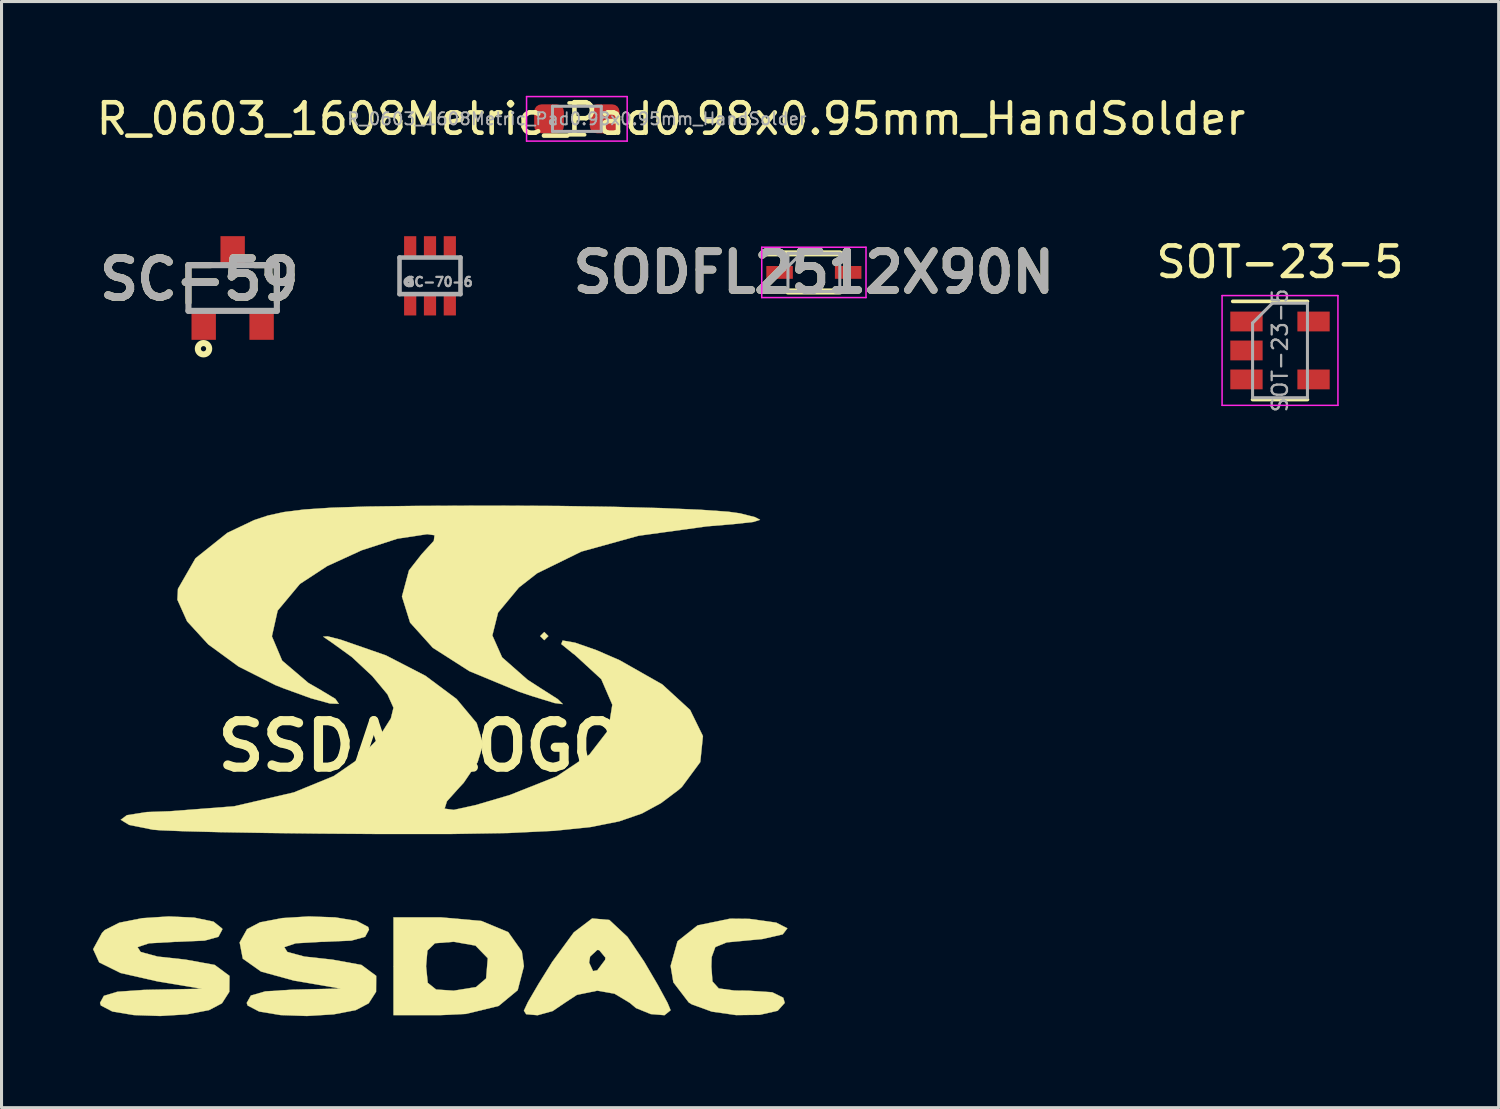
<source format=kicad_pcb>
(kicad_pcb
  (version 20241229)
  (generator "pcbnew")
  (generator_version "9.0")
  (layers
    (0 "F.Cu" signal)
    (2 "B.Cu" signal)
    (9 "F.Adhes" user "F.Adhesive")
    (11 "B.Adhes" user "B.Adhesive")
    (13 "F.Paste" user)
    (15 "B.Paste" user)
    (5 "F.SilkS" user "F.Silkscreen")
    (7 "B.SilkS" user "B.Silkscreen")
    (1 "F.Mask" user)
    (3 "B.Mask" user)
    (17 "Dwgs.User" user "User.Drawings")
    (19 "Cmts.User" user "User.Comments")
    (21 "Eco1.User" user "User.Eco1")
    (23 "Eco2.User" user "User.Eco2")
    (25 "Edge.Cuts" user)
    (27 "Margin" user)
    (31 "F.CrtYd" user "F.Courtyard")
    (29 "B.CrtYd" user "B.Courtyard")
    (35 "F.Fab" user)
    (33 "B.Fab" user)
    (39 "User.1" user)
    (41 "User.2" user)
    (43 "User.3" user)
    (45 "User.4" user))
  (footprint "SC-59"
    (layer "F.Cu")
    (at 4.581 6.396)
    (property "Reference" "SC-59" (at -1.092 -0.283 0) (layer "F.SilkS") (effects (font (size 1.27 1.27) (thickness 0.254))))
    (attr smd)
    (fp_line (start -1.45 -0.75) (end -1.45 0.479) (stroke (width 0.2) (type solid)) (layer "F.SilkS"))
    (fp_line (start -1.45 -0.75) (end -0.719 -0.75) (stroke (width 0.2) (type solid)) (layer "F.SilkS"))
    (fp_line (start 1.45 -0.75) (end 0.719 -0.75) (stroke (width 0.2) (type solid)) (layer "F.SilkS"))
    (fp_line (start 1.45 -0.75) (end 1.45 0.479) (stroke (width 0.2) (type solid)) (layer "F.SilkS"))
    (fp_circle (center -0.956 1.992) (end -0.956 2.078) (stroke (width 0.2) (type solid)) (fill no) (layer "F.SilkS"))
    (fp_line (start -1.45 -0.75) (end 1.45 -0.75) (stroke (width 0.2) (type solid)) (layer "F.Fab"))
    (fp_line (start -1.45 0.75) (end -1.45 -0.75) (stroke (width 0.2) (type solid)) (layer "F.Fab"))
    (fp_line (start 1.45 -0.75) (end 1.45 0.75) (stroke (width 0.2) (type solid)) (layer "F.Fab"))
    (fp_line (start 1.45 0.75) (end -1.45 0.75) (stroke (width 0.2) (type solid)) (layer "F.Fab"))
    (fp_text user "${REFERENCE}" (at -1.092 -0.283 0) (layer "F.Fab") (effects (font (size 1.27 1.27) (thickness 0.254))))
    (pad "1" smd rect (at -0.95 1.2) (size 0.8 1) (layers "F.Cu" "F.Mask" "F.Paste"))
    (pad "2" smd rect (at 0.95 1.2) (size 0.8 1) (layers "F.Cu" "F.Mask" "F.Paste"))
    (pad "3" smd rect (at 0 -1.2) (size 0.8 1) (layers "F.Cu" "F.Mask" "F.Paste")))
  (footprint "R_0603_1608Metric_Pad0.98x0.95mm_HandSolder"
    (layer "F.Cu")
    (at 15.871 0.848)
    (property "Reference" "R_0603_1608Metric_Pad0.98x0.95mm_HandSolder" (at 3.087 0 0) (layer "F.SilkS") (effects (font (size 1 1) (thickness 0.15))))
    (attr smd)
    (fp_line (start -0.255 -0.522) (end 0.255 -0.522) (stroke (width 0.12) (type solid)) (layer "F.SilkS"))
    (fp_line (start -0.255 0.522) (end 0.255 0.522) (stroke (width 0.12) (type solid)) (layer "F.SilkS"))
    (fp_line (start -1.65 -0.73) (end 1.65 -0.73) (stroke (width 0.05) (type solid)) (layer "F.CrtYd"))
    (fp_line (start -1.65 0.73) (end -1.65 -0.73) (stroke (width 0.05) (type solid)) (layer "F.CrtYd"))
    (fp_line (start 1.65 -0.73) (end 1.65 0.73) (stroke (width 0.05) (type solid)) (layer "F.CrtYd"))
    (fp_line (start 1.65 0.73) (end -1.65 0.73) (stroke (width 0.05) (type solid)) (layer "F.CrtYd"))
    (fp_line (start -0.8 -0.412) (end 0.8 -0.412) (stroke (width 0.1) (type solid)) (layer "F.Fab"))
    (fp_line (start -0.8 0.412) (end -0.8 -0.412) (stroke (width 0.1) (type solid)) (layer "F.Fab"))
    (fp_line (start 0.8 -0.412) (end 0.8 0.412) (stroke (width 0.1) (type solid)) (layer "F.Fab"))
    (fp_line (start 0.8 0.412) (end -0.8 0.412) (stroke (width 0.1) (type solid)) (layer "F.Fab"))
    (fp_text user "${REFERENCE}" (at 0 0 0) (layer "F.Fab") (effects (font (size 0.4 0.4) (thickness 0.06))))
    (pad "1" smd roundrect (at -0.912 0) (size 0.975 0.95) (layers "F.Cu" "F.Mask" "F.Paste") (roundrect_rratio 0.25))
    (pad "2" smd roundrect (at 0.912 0) (size 0.975 0.95) (layers "F.Cu" "F.Mask" "F.Paste") (roundrect_rratio 0.25)))
  (footprint "SSDACLOGO2"
    (layer "F.Cu")
    (at 11.46 21.423)
    (property "Reference" "SSDACLOGO2" (at 0 0 0) (layer "F.SilkS") (effects (font (size 1.524 1.524) (thickness 0.3))))
    (attr through_hole)
    (fp_poly (pts (xy 3.476 -3.609) (xy 3.342 -3.476) (xy 3.208 -3.609) (xy 3.342 -3.743) (xy 3.476 -3.609)) (stroke (width 0.01) (type solid)) (fill yes) (layer "F.SilkS"))
    (fp_poly (pts (xy 1.279 5.734) (xy 2.16 6.101) (xy 2.606 6.73) (xy 2.674 7.219) (xy 2.47 8.005) (xy 1.845 8.522) (xy 0.774 8.783) (xy -0.059 8.823) (xy -1.604 8.823) (xy -1.604 7.219) (xy -0.535 7.219) (xy -0.48 7.764) (xy -0.206 7.983) (xy 0.372 8.021) (xy 1.103 7.903) (xy 1.434 7.62) (xy 1.489 6.958) (xy 1.087 6.543) (xy 0.372 6.417) (xy -0.244 6.465) (xy -0.491 6.707) (xy -0.535 7.219) (xy -1.604 7.219) (xy -1.604 5.615) (xy -0.059 5.615) (xy 1.279 5.734)) (stroke (width 0.01) (type solid)) (fill yes) (layer "F.SilkS"))
    (fp_poly (pts (xy 10.07 5.666) (xy 10.95 5.789) (xy 11.315 5.976) (xy 11.163 6.174) (xy 10.492 6.328) (xy 10.093 6.365) (xy 9.327 6.437) (xy 8.953 6.589) (xy 8.833 6.918) (xy 8.823 7.234) (xy 8.859 7.718) (xy 9.064 7.947) (xy 9.584 8.017) (xy 10.026 8.021) (xy 10.819 8.074) (xy 11.181 8.252) (xy 11.229 8.422) (xy 10.997 8.68) (xy 10.411 8.813) (xy 9.636 8.822) (xy 8.838 8.708) (xy 8.184 8.471) (xy 8.081 8.407) (xy 7.576 7.747) (xy 7.486 7.21) (xy 7.713 6.401) (xy 8.372 5.879) (xy 9.436 5.659) (xy 10.07 5.666)) (stroke (width 0.01) (type solid)) (fill yes) (layer "F.SilkS"))
    (fp_poly (pts (xy 5.477 5.702) (xy 6.073 6.258) (xy 6.617 7.066) (xy 7.07 7.839) (xy 7.385 8.42) (xy 7.486 8.663) (xy 7.285 8.825) (xy 6.831 8.788) (xy 6.35 8.591) (xy 6.149 8.422) (xy 5.646 8.12) (xy 5.08 8.021) (xy 4.411 8.159) (xy 4.011 8.422) (xy 3.62 8.688) (xy 3.124 8.826) (xy 2.748 8.793) (xy 2.674 8.677) (xy 2.807 8.393) (xy 3.156 7.795) (xy 3.588 7.101) (xy 4.813 7.101) (xy 4.942 7.378) (xy 5.08 7.353) (xy 5.337 7.011) (xy 5.347 6.936) (xy 5.143 6.691) (xy 5.08 6.684) (xy 4.845 6.902) (xy 4.813 7.101) (xy 3.588 7.101) (xy 3.606 7.072) (xy 4.311 6.109) (xy 4.912 5.652) (xy 5.477 5.702)) (stroke (width 0.01) (type solid)) (fill yes) (layer "F.SilkS"))
    (fp_poly (pts (xy -3.515 5.617) (xy -2.814 5.732) (xy -2.435 5.931) (xy -2.406 6.016) (xy -2.535 6.254) (xy -2.987 6.379) (xy -3.863 6.417) (xy -3.93 6.417) (xy -4.808 6.467) (xy -5.185 6.592) (xy -5.085 6.751) (xy -4.527 6.902) (xy -3.612 7.002) (xy -2.656 7.176) (xy -2.171 7.535) (xy -2.175 8.057) (xy -2.417 8.435) (xy -2.842 8.659) (xy -3.569 8.798) (xy -4.443 8.851) (xy -5.309 8.821) (xy -6.009 8.705) (xy -6.388 8.507) (xy -6.417 8.422) (xy -6.281 8.18) (xy -5.808 8.044) (xy -4.902 7.987) (xy -4.879 7.987) (xy -3.342 7.952) (xy -4.871 7.69) (xy -5.948 7.394) (xy -6.547 6.97) (xy -6.649 6.438) (xy -6.406 6.003) (xy -5.981 5.779) (xy -5.254 5.64) (xy -4.38 5.586) (xy -3.515 5.617)) (stroke (width 0.01) (type solid)) (fill yes) (layer "F.SilkS"))
    (fp_poly (pts (xy -8.143 5.624) (xy -7.506 5.757) (xy -7.222 5.985) (xy -7.219 6.016) (xy -7.347 6.254) (xy -7.799 6.379) (xy -8.676 6.417) (xy -8.743 6.417) (xy -9.621 6.467) (xy -9.998 6.592) (xy -9.897 6.751) (xy -9.34 6.902) (xy -8.425 7.002) (xy -7.468 7.176) (xy -6.983 7.535) (xy -6.988 8.057) (xy -7.23 8.435) (xy -7.655 8.659) (xy -8.382 8.798) (xy -9.256 8.851) (xy -10.121 8.821) (xy -10.821 8.705) (xy -11.201 8.507) (xy -11.229 8.422) (xy -11.103 8.19) (xy -10.659 8.056) (xy -9.801 7.996) (xy -9.558 7.99) (xy -7.887 7.959) (xy -9.336 7.718) (xy -10.555 7.441) (xy -11.257 7.093) (xy -11.455 6.66) (xy -11.165 6.128) (xy -11.077 6.035) (xy -10.599 5.792) (xy -9.846 5.643) (xy -8.975 5.586) (xy -8.143 5.624)) (stroke (width 0.01) (type solid)) (fill yes) (layer "F.SilkS"))
    (fp_poly (pts (xy -3.342 -3.494) (xy -1.853 -2.977) (xy -0.555 -2.307) (xy 0.466 -1.546) (xy 1.124 -0.758) (xy 1.337 -0.061) (xy 1.154 0.531) (xy 0.699 1.202) (xy 0.555 1.357) (xy 0.149 1.809) (xy 0.073 2.051) (xy 0.372 2.091) (xy 1.089 1.934) (xy 2.219 1.601) (xy 3.746 0.994) (xy 4.825 0.274) (xy 5.439 -0.522) (xy 5.574 -1.358) (xy 5.212 -2.196) (xy 4.336 -3.001) (xy 4.285 -3.036) (xy 3.9 -3.348) (xy 3.944 -3.464) (xy 4.353 -3.393) (xy 5.061 -3.145) (xy 5.815 -2.817) (xy 7.212 -2.025) (xy 8.126 -1.187) (xy 8.546 -0.33) (xy 8.459 0.522) (xy 7.855 1.34) (xy 7.741 1.44) (xy 7.169 1.87) (xy 6.545 2.209) (xy 5.8 2.467) (xy 4.866 2.653) (xy 3.675 2.777) (xy 2.158 2.85) (xy 0.245 2.882) (xy -2.131 2.882) (xy -2.208 2.881) (xy -4.063 2.868) (xy -5.778 2.847) (xy -7.268 2.822) (xy -8.449 2.792) (xy -9.235 2.761) (xy -9.492 2.741) (xy -10.273 2.584) (xy -10.55 2.415) (xy -10.348 2.265) (xy -9.694 2.162) (xy -8.943 2.136) (xy -6.83 1.973) (xy -4.872 1.518) (xy -3.566 0.983) (xy -2.791 0.45) (xy -2.119 -0.233) (xy -1.689 -0.911) (xy -1.604 -1.26) (xy -1.801 -1.699) (xy -2.302 -2.301) (xy -2.972 -2.925) (xy -3.62 -3.393) (xy -3.908 -3.59) (xy -3.764 -3.601) (xy -3.342 -3.494)) (stroke (width 0.01) (type solid)) (fill yes) (layer "F.SilkS"))
    (fp_poly (pts (xy 3.791 -7.878) (xy 5.587 -7.85) (xy 7.174 -7.808) (xy 8.466 -7.753) (xy 9.375 -7.689) (xy 9.759 -7.636) (xy 10.256 -7.51) (xy 10.42 -7.423) (xy 10.199 -7.353) (xy 9.539 -7.281) (xy 8.67 -7.208) (xy 6.431 -6.9) (xy 4.558 -6.381) (xy 3.108 -5.67) (xy 2.51 -5.203) (xy 1.826 -4.379) (xy 1.639 -3.631) (xy 1.959 -2.912) (xy 2.794 -2.177) (xy 3.213 -1.906) (xy 3.786 -1.541) (xy 3.949 -1.379) (xy 3.677 -1.414) (xy 2.941 -1.641) (xy 2.521 -1.782) (xy 0.886 -2.459) (xy -0.314 -3.226) (xy -1.059 -4.052) (xy -1.326 -4.908) (xy -1.096 -5.764) (xy -0.681 -6.295) (xy -0.281 -6.733) (xy -0.258 -6.918) (xy -0.498 -6.952) (xy -1.472 -6.805) (xy -2.642 -6.426) (xy -3.78 -5.905) (xy -4.655 -5.332) (xy -4.683 -5.308) (xy -5.403 -4.445) (xy -5.592 -3.602) (xy -5.255 -2.804) (xy -4.395 -2.072) (xy -4.069 -1.886) (xy -3.509 -1.55) (xy -3.399 -1.389) (xy -3.686 -1.398) (xy -4.317 -1.572) (xy -5.239 -1.907) (xy -5.481 -2.004) (xy -6.686 -2.612) (xy -7.677 -3.335) (xy -8.373 -4.093) (xy -8.692 -4.803) (xy -8.673 -5.159) (xy -8.097 -6.162) (xy -7.054 -6.995) (xy -6.176 -7.413) (xy -5.728 -7.562) (xy -5.203 -7.677) (xy -4.53 -7.762) (xy -3.636 -7.821) (xy -2.449 -7.859) (xy -0.897 -7.879) (xy 1.094 -7.887) (xy 1.872 -7.887) (xy 3.791 -7.878)) (stroke (width 0.01) (type solid)) (fill yes) (layer "F.SilkS")))
  (footprint "SC-70-6"
    (layer "F.Cu")
    (at 11.054 5.997)
    (property "Reference" "SC-70-6" (at 0.3 0.2 0) (layer "F.Fab") (effects (font (size 0.3 0.3) (thickness 0.075))))
    (attr through_hole)
    (fp_line (start -1 -0.6) (end 1 -0.6) (stroke (width 0.15) (type solid)) (layer "F.Fab"))
    (fp_line (start -1 0.6) (end -1 -0.6) (stroke (width 0.15) (type solid)) (layer "F.Fab"))
    (fp_line (start 1 -0.6) (end 1 0.6) (stroke (width 0.15) (type solid)) (layer "F.Fab"))
    (fp_line (start 1 0.6) (end -1 0.6) (stroke (width 0.15) (type solid)) (layer "F.Fab"))
    (fp_circle (center -0.7 0.2) (end -0.7 0.3) (stroke (width 0.15) (type solid)) (fill no) (layer "F.Fab"))
    (pad "1" smd rect (at -0.65 0.95) (size 0.4 0.7) (layers "F.Cu" "F.Mask" "F.Paste"))
    (pad "2" smd rect (at 0 0.95) (size 0.4 0.7) (layers "F.Cu" "F.Mask" "F.Paste"))
    (pad "3" smd rect (at 0.65 0.95) (size 0.4 0.7) (layers "F.Cu" "F.Mask" "F.Paste"))
    (pad "4" smd rect (at 0.65 -0.95) (size 0.4 0.7) (layers "F.Cu" "F.Mask" "F.Paste"))
    (pad "5" smd rect (at 0 -0.95) (size 0.4 0.7) (layers "F.Cu" "F.Mask" "F.Paste"))
    (pad "6" smd rect (at -0.65 -0.95) (size 0.4 0.7) (layers "F.Cu" "F.Mask" "F.Paste")))
  (footprint "SODFL2512X90N"
    (layer "F.Cu")
    (at 23.645 5.885)
    (property "Reference" "SODFL2512X90N" (at 0 0 0) (layer "F.SilkS") (effects (font (size 1.27 1.27) (thickness 0.254))))
    (attr smd)
    (fp_line (start -1.56 -0.625) (end 0.85 -0.625) (stroke (width 0.2) (type solid)) (layer "F.SilkS"))
    (fp_line (start -0.85 0.625) (end 0.85 0.625) (stroke (width 0.2) (type solid)) (layer "F.SilkS"))
    (fp_line (start -1.71 -0.825) (end 1.71 -0.825) (stroke (width 0.05) (type solid)) (layer "F.CrtYd"))
    (fp_line (start -1.71 0.825) (end -1.71 -0.825) (stroke (width 0.05) (type solid)) (layer "F.CrtYd"))
    (fp_line (start 1.71 -0.825) (end 1.71 0.825) (stroke (width 0.05) (type solid)) (layer "F.CrtYd"))
    (fp_line (start 1.71 0.825) (end -1.71 0.825) (stroke (width 0.05) (type solid)) (layer "F.CrtYd"))
    (fp_line (start -0.85 -0.625) (end 0.85 -0.625) (stroke (width 0.1) (type solid)) (layer "F.Fab"))
    (fp_line (start -0.85 -0.19) (end -0.415 -0.625) (stroke (width 0.1) (type solid)) (layer "F.Fab"))
    (fp_line (start -0.85 0.625) (end -0.85 -0.625) (stroke (width 0.1) (type solid)) (layer "F.Fab"))
    (fp_line (start 0.85 -0.625) (end 0.85 0.625) (stroke (width 0.1) (type solid)) (layer "F.Fab"))
    (fp_line (start 0.85 0.625) (end -0.85 0.625) (stroke (width 0.1) (type solid)) (layer "F.Fab"))
    (fp_text user "${REFERENCE}" (at 0 0 0) (layer "F.Fab") (effects (font (size 1.27 1.27) (thickness 0.254))))
    (pad "1" smd rect (at -1.125 0 90) (size 0.42 0.87) (layers "F.Cu" "F.Mask" "F.Paste"))
    (pad "2" smd rect (at 1.125 0 90) (size 0.42 0.87) (layers "F.Cu" "F.Mask" "F.Paste")))
  (footprint "SOT-23-5"
    (layer "F.Cu")
    (at 38.934 8.445)
    (property "Reference" "SOT-23-5" (at 0 -2.9 0) (layer "F.SilkS") (effects (font (size 1 1) (thickness 0.15))))
    (attr smd)
    (fp_line (start -0.9 1.61) (end 0.9 1.61) (stroke (width 0.12) (type solid)) (layer "F.SilkS"))
    (fp_line (start 0.9 -1.61) (end -1.55 -1.61) (stroke (width 0.12) (type solid)) (layer "F.SilkS"))
    (fp_line (start -1.9 -1.8) (end 1.9 -1.8) (stroke (width 0.05) (type solid)) (layer "F.CrtYd"))
    (fp_line (start -1.9 1.8) (end -1.9 -1.8) (stroke (width 0.05) (type solid)) (layer "F.CrtYd"))
    (fp_line (start 1.9 -1.8) (end 1.9 1.8) (stroke (width 0.05) (type solid)) (layer "F.CrtYd"))
    (fp_line (start 1.9 1.8) (end -1.9 1.8) (stroke (width 0.05) (type solid)) (layer "F.CrtYd"))
    (fp_line (start -0.9 -0.9) (end -0.9 1.55) (stroke (width 0.1) (type solid)) (layer "F.Fab"))
    (fp_line (start -0.9 -0.9) (end -0.25 -1.55) (stroke (width 0.1) (type solid)) (layer "F.Fab"))
    (fp_line (start 0.9 -1.55) (end -0.25 -1.55) (stroke (width 0.1) (type solid)) (layer "F.Fab"))
    (fp_line (start 0.9 -1.55) (end 0.9 1.55) (stroke (width 0.1) (type solid)) (layer "F.Fab"))
    (fp_line (start 0.9 1.55) (end -0.9 1.55) (stroke (width 0.1) (type solid)) (layer "F.Fab"))
    (fp_text user "${REFERENCE}" (at 0 0 90) (layer "F.Fab") (effects (font (size 0.5 0.5) (thickness 0.075))))
    (pad "1" smd rect (at -1.1 -0.95) (size 1.06 0.65) (layers "F.Cu" "F.Mask" "F.Paste"))
    (pad "2" smd rect (at -1.1 0) (size 1.06 0.65) (layers "F.Cu" "F.Mask" "F.Paste"))
    (pad "3" smd rect (at -1.1 0.95) (size 1.06 0.65) (layers "F.Cu" "F.Mask" "F.Paste"))
    (pad "4" smd rect (at 1.1 0.95) (size 1.06 0.65) (layers "F.Cu" "F.Mask" "F.Paste"))
    (pad "5" smd rect (at 1.1 -0.95) (size 1.06 0.65) (layers "F.Cu" "F.Mask" "F.Paste")))
  (gr_rect
    (start -3 -3)
    (end 46.106 33.28)
    (stroke (width 0.1) (type default))
    (fill no)
    (layer "Edge.Cuts")))
</source>
